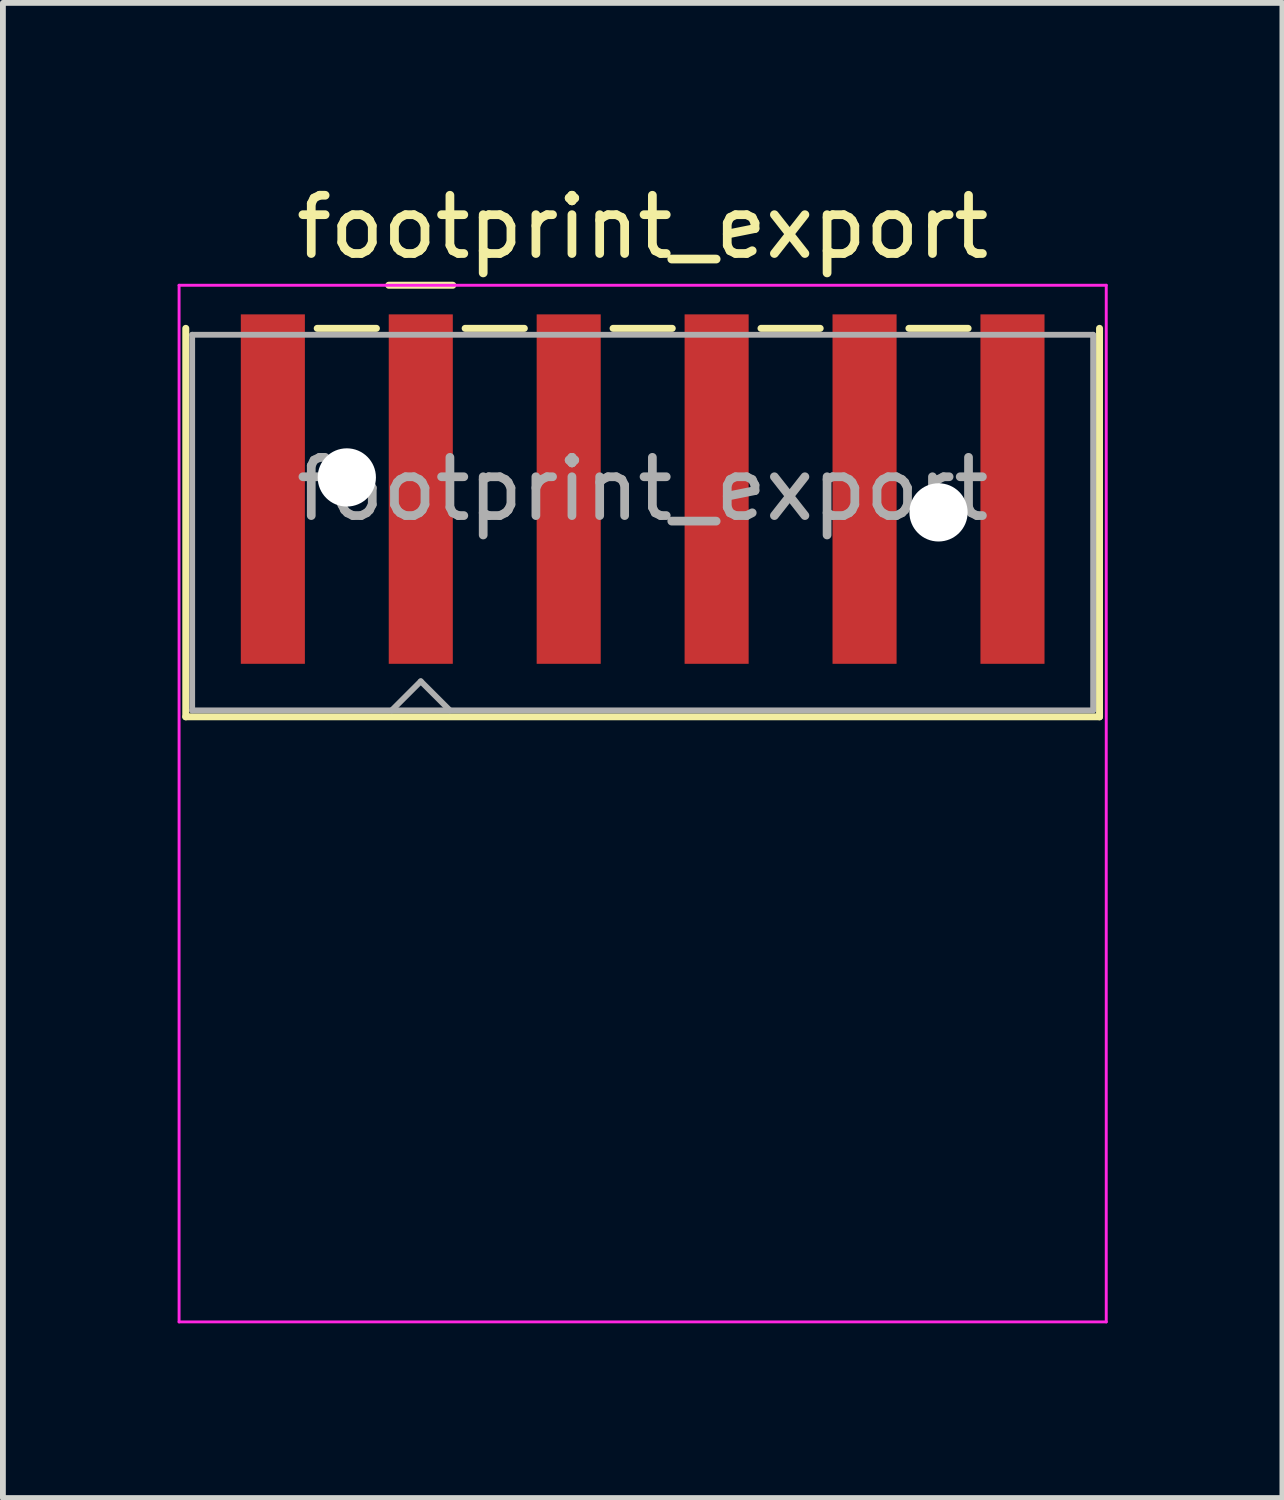
<source format=kicad_pcb>
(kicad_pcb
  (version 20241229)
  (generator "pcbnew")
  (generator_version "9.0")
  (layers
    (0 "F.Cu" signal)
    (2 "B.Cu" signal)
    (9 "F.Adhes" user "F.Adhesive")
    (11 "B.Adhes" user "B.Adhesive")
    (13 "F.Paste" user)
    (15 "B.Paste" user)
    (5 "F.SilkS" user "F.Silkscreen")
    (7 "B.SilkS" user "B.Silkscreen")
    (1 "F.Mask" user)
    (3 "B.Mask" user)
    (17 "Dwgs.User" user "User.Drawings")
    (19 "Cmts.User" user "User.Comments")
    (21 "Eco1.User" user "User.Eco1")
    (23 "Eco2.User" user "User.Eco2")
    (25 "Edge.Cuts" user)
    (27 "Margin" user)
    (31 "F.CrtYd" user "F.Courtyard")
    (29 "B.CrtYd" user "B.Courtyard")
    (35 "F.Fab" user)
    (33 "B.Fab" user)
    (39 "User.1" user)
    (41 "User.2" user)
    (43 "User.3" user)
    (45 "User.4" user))
  (footprint "footprint_export"
    (layer "F.Cu")
    (at 7.985 6.648)
    (property "Reference" "footprint_export" (at 0 -5.8 0) (layer "F.SilkS") (effects (font (size 1 1) (thickness 0.15))))
    (attr smd)
    (fp_line (start -7.845 -4.06) (end -7.845 2.61) (stroke (width 0.12) (type solid)) (layer "F.SilkS"))
    (fp_line (start -5.588 -4.06) (end -4.572 -4.06) (stroke (width 0.12) (type solid)) (layer "F.SilkS"))
    (fp_line (start -4.36 -4.8) (end -3.26 -4.8) (stroke (width 0.12) (type solid)) (layer "F.SilkS"))
    (fp_line (start -3.048 -4.06) (end -2.032 -4.06) (stroke (width 0.12) (type solid)) (layer "F.SilkS"))
    (fp_line (start -0.508 -4.06) (end 0.508 -4.06) (stroke (width 0.12) (type solid)) (layer "F.SilkS"))
    (fp_line (start 2.032 -4.06) (end 3.048 -4.06) (stroke (width 0.12) (type solid)) (layer "F.SilkS"))
    (fp_line (start 4.572 -4.06) (end 5.588 -4.06) (stroke (width 0.12) (type solid)) (layer "F.SilkS"))
    (fp_line (start 7.845 -4.06) (end 7.845 2.61) (stroke (width 0.12) (type solid)) (layer "F.SilkS"))
    (fp_line (start 7.845 2.61) (end -7.845 2.61) (stroke (width 0.12) (type solid)) (layer "F.SilkS"))
    (fp_line (start -7.96 -4.8) (end -7.96 13) (stroke (width 0.05) (type solid)) (layer "F.CrtYd"))
    (fp_line (start -7.96 13) (end 7.96 13) (stroke (width 0.05) (type solid)) (layer "F.CrtYd"))
    (fp_line (start 7.96 -4.8) (end -7.96 -4.8) (stroke (width 0.05) (type solid)) (layer "F.CrtYd"))
    (fp_line (start 7.96 13) (end 7.96 -4.8) (stroke (width 0.05) (type solid)) (layer "F.CrtYd"))
    (fp_line (start -7.735 -3.95) (end -7.735 2.5) (stroke (width 0.1) (type solid)) (layer "F.Fab"))
    (fp_line (start -7.735 2.5) (end 7.735 2.5) (stroke (width 0.1) (type solid)) (layer "F.Fab"))
    (fp_line (start -4.31 2.5) (end -3.81 2) (stroke (width 0.1) (type solid)) (layer "F.Fab"))
    (fp_line (start -3.81 2) (end -3.31 2.5) (stroke (width 0.1) (type solid)) (layer "F.Fab"))
    (fp_line (start 7.735 -3.95) (end -7.735 -3.95) (stroke (width 0.1) (type solid)) (layer "F.Fab"))
    (fp_line (start 7.735 2.5) (end 7.735 -3.95) (stroke (width 0.1) (type solid)) (layer "F.Fab"))
    (fp_text user "${REFERENCE}" (at 0 -1.3 0) (layer "F.Fab") (effects (font (size 1 1) (thickness 0.15))))
    (pad "" np_thru_hole circle (at -5.08 -1.5) (size 1 1) (drill 1) (layers "*.Cu" "*.Mask"))
    (pad "" np_thru_hole circle (at 5.08 -0.9) (size 1 1) (drill 1) (layers "*.Cu" "*.Mask"))
    (pad "1" smd rect (at -3.81 -1.3) (size 1.1 6) (layers "F.Cu" "F.Mask" "F.Paste"))
    (pad "2" smd rect (at -1.27 -1.3) (size 1.1 6) (layers "F.Cu" "F.Mask" "F.Paste"))
    (pad "3" smd rect (at 1.27 -1.3) (size 1.1 6) (layers "F.Cu" "F.Mask" "F.Paste"))
    (pad "4" smd rect (at 3.81 -1.3) (size 1.1 6) (layers "F.Cu" "F.Mask" "F.Paste"))
    (pad "MP" smd rect (at -6.35 -1.3) (size 1.1 6) (layers "F.Cu" "F.Mask" "F.Paste"))
    (pad "MP" smd rect (at 6.35 -1.3) (size 1.1 6) (layers "F.Cu" "F.Mask" "F.Paste")))
  (gr_rect
    (start -3 -3)
    (end 18.97 22.673)
    (stroke (width 0.1) (type default))
    (fill no)
    (layer "Edge.Cuts")))
</source>
